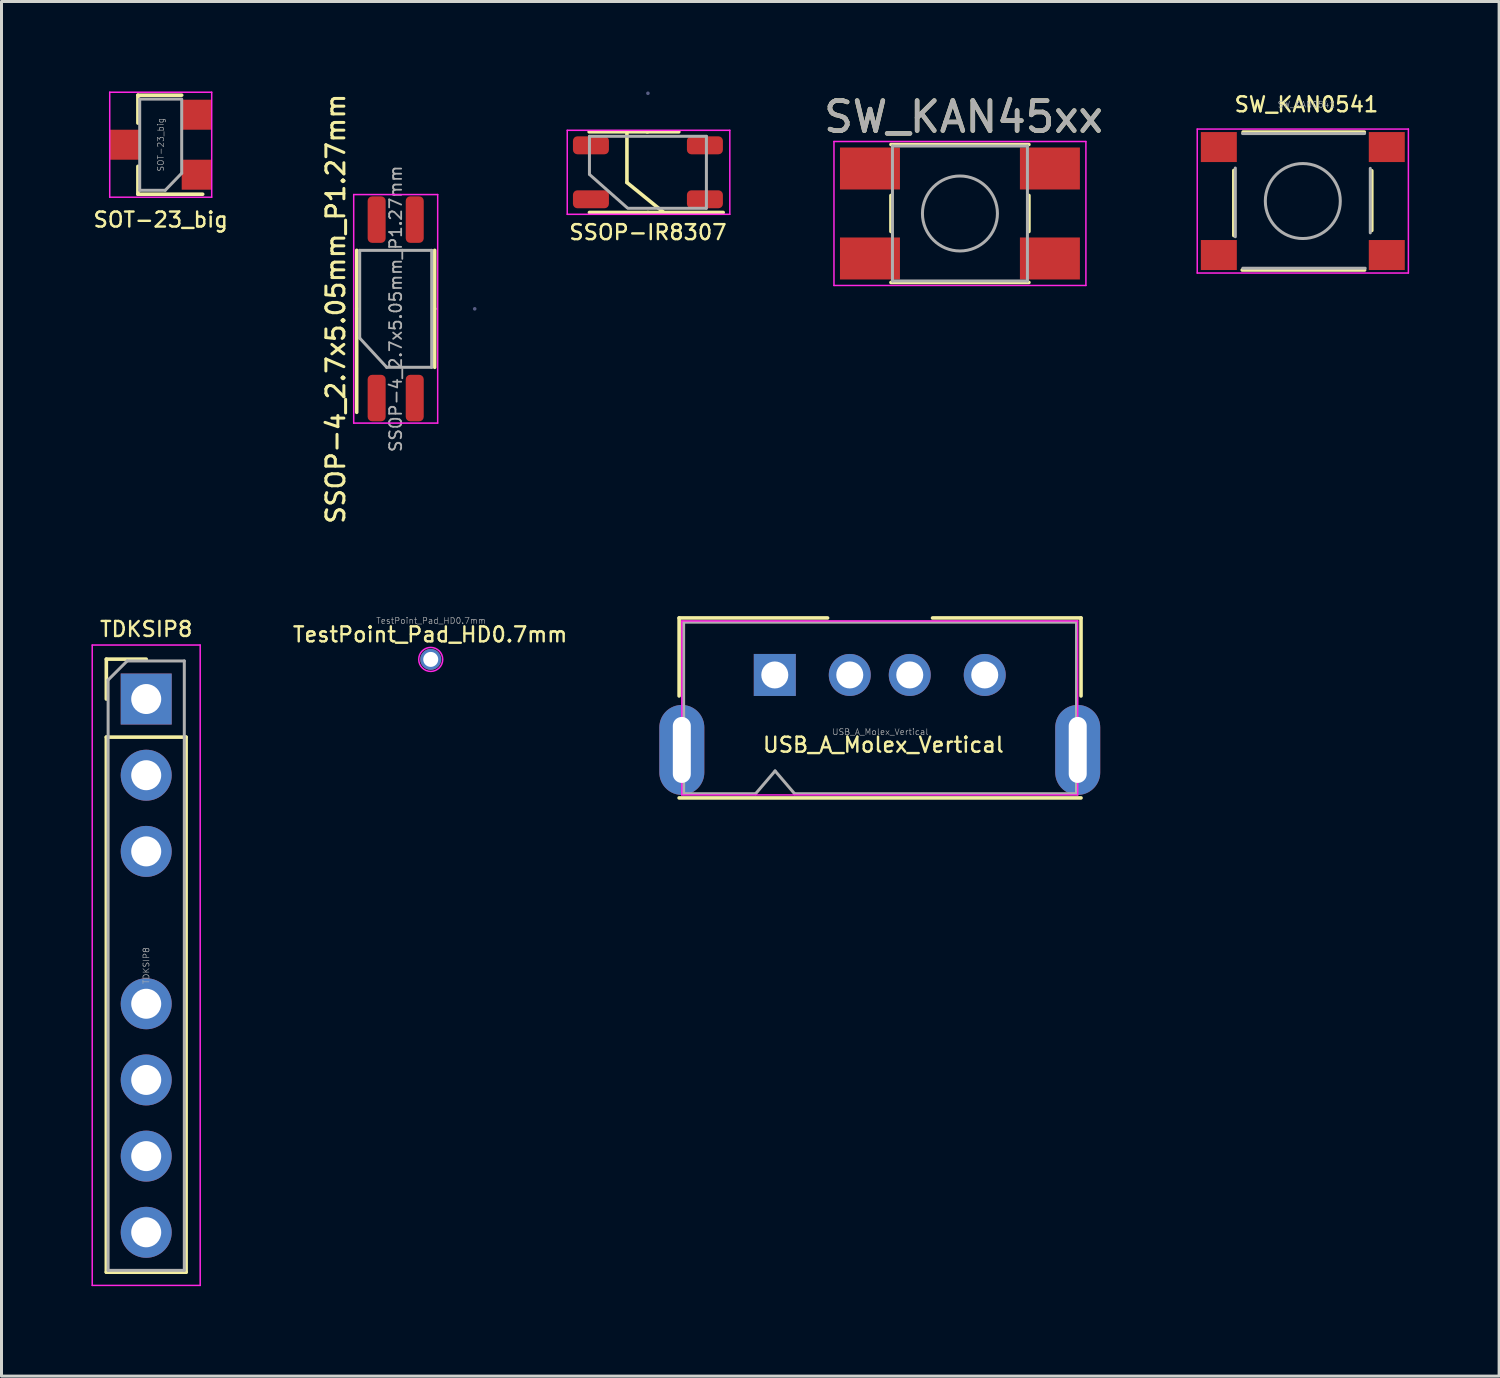
<source format=kicad_pcb>
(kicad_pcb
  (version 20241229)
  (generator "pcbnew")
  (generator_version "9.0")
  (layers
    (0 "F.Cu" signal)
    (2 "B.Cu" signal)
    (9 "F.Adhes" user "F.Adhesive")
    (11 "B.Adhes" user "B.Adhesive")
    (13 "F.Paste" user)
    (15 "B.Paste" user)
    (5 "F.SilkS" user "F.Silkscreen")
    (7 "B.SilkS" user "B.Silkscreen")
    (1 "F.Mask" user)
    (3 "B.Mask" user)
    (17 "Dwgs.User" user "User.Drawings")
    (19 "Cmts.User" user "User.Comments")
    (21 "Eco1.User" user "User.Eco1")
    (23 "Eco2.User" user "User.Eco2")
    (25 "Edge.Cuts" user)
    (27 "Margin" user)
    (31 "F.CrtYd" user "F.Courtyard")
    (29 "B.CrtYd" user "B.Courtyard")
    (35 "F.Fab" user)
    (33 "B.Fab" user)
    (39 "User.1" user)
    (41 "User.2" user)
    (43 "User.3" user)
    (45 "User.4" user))
  (footprint "TDKSIP8"
    (layer "F.Cu")
    (at 1.825 20.257)
    (property "Reference" "TDKSIP8" (at 0 -2.33 0) (layer "F.SilkS") (effects (font (size 0.5 0.5) (thickness 0.08))))
    (attr through_hole)
    (fp_line (start -1.33 -1.33) (end 0 -1.33) (stroke (width 0.12) (type solid)) (layer "F.SilkS"))
    (fp_line (start -1.33 0) (end -1.33 -1.33) (stroke (width 0.12) (type solid)) (layer "F.SilkS"))
    (fp_line (start -1.33 1.27) (end -1.33 19.11) (stroke (width 0.12) (type solid)) (layer "F.SilkS"))
    (fp_line (start -1.33 1.27) (end 1.33 1.27) (stroke (width 0.12) (type solid)) (layer "F.SilkS"))
    (fp_line (start -1.33 19.11) (end 1.33 19.11) (stroke (width 0.12) (type solid)) (layer "F.SilkS"))
    (fp_line (start 1.33 1.27) (end 1.33 19.11) (stroke (width 0.12) (type solid)) (layer "F.SilkS"))
    (fp_line (start -1.8 -1.8) (end -1.8 19.55) (stroke (width 0.05) (type solid)) (layer "F.CrtYd"))
    (fp_line (start -1.8 19.55) (end 1.8 19.55) (stroke (width 0.05) (type solid)) (layer "F.CrtYd"))
    (fp_line (start 1.8 -1.8) (end -1.8 -1.8) (stroke (width 0.05) (type solid)) (layer "F.CrtYd"))
    (fp_line (start 1.8 19.55) (end 1.8 -1.8) (stroke (width 0.05) (type solid)) (layer "F.CrtYd"))
    (fp_line (start -1.27 -0.635) (end -0.635 -1.27) (stroke (width 0.1) (type solid)) (layer "F.Fab"))
    (fp_line (start -1.27 19.05) (end -1.27 -0.635) (stroke (width 0.1) (type solid)) (layer "F.Fab"))
    (fp_line (start -0.635 -1.27) (end 1.27 -1.27) (stroke (width 0.1) (type solid)) (layer "F.Fab"))
    (fp_line (start 1.27 -1.27) (end 1.27 19.05) (stroke (width 0.1) (type solid)) (layer "F.Fab"))
    (fp_line (start 1.27 19.05) (end -1.27 19.05) (stroke (width 0.1) (type solid)) (layer "F.Fab"))
    (fp_text user "${REFERENCE}" (at 0 8.89 90) (layer "F.Fab") (effects (font (size 0.2 0.2) (thickness 0.02))))
    (pad "1" thru_hole rect (at 0 0) (size 1.7 1.7) (drill 1) (layers "*.Cu" "*.Mask"))
    (pad "2" thru_hole oval (at 0 2.54) (size 1.7 1.7) (drill 1) (layers "*.Cu" "*.Mask"))
    (pad "3" thru_hole oval (at 0 5.08) (size 1.7 1.7) (drill 1) (layers "*.Cu" "*.Mask"))
    (pad "4" thru_hole oval (at 0 10.16) (size 1.7 1.7) (drill 1) (layers "*.Cu" "*.Mask"))
    (pad "5" thru_hole oval (at 0 12.7) (size 1.7 1.7) (drill 1) (layers "*.Cu" "*.Mask"))
    (pad "6" thru_hole oval (at 0 15.24) (size 1.7 1.7) (drill 1) (layers "*.Cu" "*.Mask"))
    (pad "7" thru_hole oval (at 0 17.78) (size 1.7 1.7) (drill 1) (layers "*.Cu" "*.Mask")))
  (footprint "SSOP-4_2.7x5.05mm_P1.27mm"
    (layer "F.Cu")
    (at 10.143 7.247)
    (property "Reference" "SSOP-4_2.7x5.05mm_P1.27mm" (at -2 0 90) (layer "F.SilkS") (effects (font (size 0.6 0.6) (thickness 0.1))))
    (attr smd)
    (fp_line (start -1.3 0) (end -1.3 -1.95) (stroke (width 0.12) (type solid)) (layer "F.SilkS"))
    (fp_line (start -1.3 0) (end -1.3 3.45) (stroke (width 0.12) (type solid)) (layer "F.SilkS"))
    (fp_line (start 1.3 0) (end 1.3 -1.95) (stroke (width 0.12) (type solid)) (layer "F.SilkS"))
    (fp_line (start 1.3 0) (end 1.3 1.95) (stroke (width 0.12) (type solid)) (layer "F.SilkS"))
    (fp_line (start -1.4 -3.81) (end -1.4 3.81) (stroke (width 0.05) (type solid)) (layer "F.CrtYd"))
    (fp_line (start -1.4 3.81) (end 1.4 3.81) (stroke (width 0.05) (type solid)) (layer "F.CrtYd"))
    (fp_line (start 1.4 -3.81) (end -1.4 -3.81) (stroke (width 0.05) (type solid)) (layer "F.CrtYd"))
    (fp_line (start 1.4 3.81) (end 1.4 -3.81) (stroke (width 0.05) (type solid)) (layer "F.CrtYd"))
    (fp_line (start 2.635 0) (end 2.635 0) (stroke (width 0.12) (type solid)) (layer "B.Fab"))
    (fp_line (start -1.2 -1.95) (end 1.2 -1.95) (stroke (width 0.1) (type solid)) (layer "F.Fab"))
    (fp_line (start -1.2 0.975) (end -1.2 -1.95) (stroke (width 0.1) (type solid)) (layer "F.Fab"))
    (fp_line (start -0.3 1.95) (end -1.2 0.975) (stroke (width 0.1) (type solid)) (layer "F.Fab"))
    (fp_line (start 1.2 -1.95) (end 1.2 1.95) (stroke (width 0.1) (type solid)) (layer "F.Fab"))
    (fp_line (start 1.2 1.95) (end -0.3 1.95) (stroke (width 0.1) (type solid)) (layer "F.Fab"))
    (fp_text user "${REFERENCE}" (at 0 0 90) (layer "F.Fab") (effects (font (size 0.4 0.4) (thickness 0.06))))
    (pad "1" smd roundrect (at -0.635 2.975 90) (size 1.55 0.6) (layers "F.Cu" "F.Mask" "F.Paste") (roundrect_rratio 0.25))
    (pad "2" smd roundrect (at 0.635 2.975 90) (size 1.55 0.6) (layers "F.Cu" "F.Mask" "F.Paste") (roundrect_rratio 0.25))
    (pad "3" smd roundrect (at 0.635 -2.975 90) (size 1.55 0.6) (layers "F.Cu" "F.Mask" "F.Paste") (roundrect_rratio 0.25))
    (pad "4" smd roundrect (at -0.635 -2.975 90) (size 1.55 0.6) (layers "F.Cu" "F.Mask" "F.Paste") (roundrect_rratio 0.25)))
  (footprint "SW_KAN0541"
    (layer "F.Cu")
    (at 40.388 3.653)
    (property "Reference" "SW_KAN0541" (at 0.12 -3.22 0) (layer "F.SilkS") (effects (font (size 0.5 0.5) (thickness 0.08))))
    (attr smd)
    (fp_line (start -2.3 1.15) (end -2.3 -1.02) (stroke (width 0.12) (type solid)) (layer "F.SilkS"))
    (fp_line (start -2.02 2.3) (end 2.06 2.3) (stroke (width 0.12) (type solid)) (layer "F.SilkS"))
    (fp_line (start -1.99 -2.3) (end 2.05 -2.3) (stroke (width 0.12) (type solid)) (layer "F.SilkS"))
    (fp_line (start 2.3 -1.01) (end 2.3 0.98) (stroke (width 0.12) (type solid)) (layer "F.SilkS"))
    (fp_line (start -3.52 -2.4) (end 3.52 -2.4) (stroke (width 0.05) (type solid)) (layer "F.CrtYd"))
    (fp_line (start -3.52 2.4) (end -3.52 -2.4) (stroke (width 0.05) (type solid)) (layer "F.CrtYd"))
    (fp_line (start 3.52 -2.4) (end 3.52 2.4) (stroke (width 0.05) (type solid)) (layer "F.CrtYd"))
    (fp_line (start 3.52 2.4) (end -3.52 2.4) (stroke (width 0.05) (type solid)) (layer "F.CrtYd"))
    (fp_line (start -2.25 1.19) (end -2.25 -1.1) (stroke (width 0.1) (type solid)) (layer "F.Fab"))
    (fp_line (start -2.01 -2.25) (end 2.06 -2.25) (stroke (width 0.1) (type solid)) (layer "F.Fab"))
    (fp_line (start 2.08 2.24) (end -2 2.24) (stroke (width 0.1) (type solid)) (layer "F.Fab"))
    (fp_line (start 2.25 -1.09) (end 2.25 1.06) (stroke (width 0.1) (type solid)) (layer "F.Fab"))
    (fp_circle (center 0 0) (end 1.25 0) (stroke (width 0.1) (type solid)) (fill no) (layer "F.Fab"))
    (fp_text user "${REFERENCE}" (at 0.12 -3.22 0) (layer "F.Fab") (effects (font (size 0.2 0.2) (thickness 0.02))))
    (pad "1" smd rect (at -2.8 -1.8) (size 1.2 1) (layers "F.Cu" "F.Mask" "F.Paste"))
    (pad "2" smd rect (at -2.8 1.8) (size 1.2 1) (layers "F.Cu" "F.Mask" "F.Paste"))
    (pad "3" smd rect (at 2.8 -1.8) (size 1.2 1) (layers "F.Cu" "F.Mask" "F.Paste"))
    (pad "4" smd rect (at 2.8 1.8) (size 1.2 1) (layers "F.Cu" "F.Mask" "F.Paste")))
  (footprint "TestPoint_Pad_HD0.7mm"
    (layer "F.Cu")
    (at 11.311 18.936)
    (property "Reference" "TestPoint_Pad_HD0.7mm" (at -0.02 -0.83 0) (layer "F.SilkS") (effects (font (size 0.5 0.5) (thickness 0.08))))
    (attr exclude_from_pos_files exclude_from_bom)
    (fp_circle (center 0 0) (end 0.4 0) (stroke (width 0.05) (type solid)) (fill no) (layer "F.CrtYd"))
    (fp_text user "${REFERENCE}" (at 0.01 -1.29 0) (layer "F.Fab") (effects (font (size 0.2 0.2) (thickness 0.02))))
    (pad "1" thru_hole circle (at 0 0) (size 0.7 0.7) (drill 0.5) (layers "*.Cu" "*.Mask")))
  (footprint "SOT-23_big"
    (layer "F.Cu")
    (at 2.308 1.775)
    (property "Reference" "SOT-23_big" (at 0 2.5 180) (layer "F.SilkS") (effects (font (size 0.5 0.5) (thickness 0.08))))
    (attr smd)
    (fp_line (start -0.76 -1.651) (end -0.76 -0.721) (stroke (width 0.12) (type solid)) (layer "F.SilkS"))
    (fp_line (start -0.76 -1.651) (end 0.7 -1.651) (stroke (width 0.12) (type solid)) (layer "F.SilkS"))
    (fp_line (start -0.76 1.651) (end -0.76 0.721) (stroke (width 0.12) (type solid)) (layer "F.SilkS"))
    (fp_line (start -0.76 1.651) (end 1.4 1.651) (stroke (width 0.12) (type solid)) (layer "F.SilkS"))
    (fp_line (start -1.7 -1.75) (end 1.7 -1.75) (stroke (width 0.05) (type solid)) (layer "F.CrtYd"))
    (fp_line (start -1.7 1.75) (end -1.7 -1.75) (stroke (width 0.05) (type solid)) (layer "F.CrtYd"))
    (fp_line (start 1.7 -1.75) (end 1.7 1.75) (stroke (width 0.05) (type solid)) (layer "F.CrtYd"))
    (fp_line (start 1.7 1.75) (end -1.7 1.75) (stroke (width 0.05) (type solid)) (layer "F.CrtYd"))
    (fp_line (start -0.7 1.52) (end -0.7 -1.52) (stroke (width 0.1) (type solid)) (layer "F.Fab"))
    (fp_line (start 0.15 1.52) (end -0.7 1.52) (stroke (width 0.1) (type solid)) (layer "F.Fab"))
    (fp_line (start 0.7 -1.52) (end -0.7 -1.52) (stroke (width 0.1) (type solid)) (layer "F.Fab"))
    (fp_line (start 0.7 0.95) (end 0.15 1.52) (stroke (width 0.1) (type solid)) (layer "F.Fab"))
    (fp_line (start 0.7 0.95) (end 0.7 -1.5) (stroke (width 0.1) (type solid)) (layer "F.Fab"))
    (fp_text user "${REFERENCE}" (at 0 0 270) (layer "F.Fab") (effects (font (size 0.2 0.2) (thickness 0.02))))
    (pad "1" smd rect (at 1.2 1 180) (size 1 1) (layers "F.Cu" "F.Mask" "F.Paste"))
    (pad "2" smd rect (at 1.2 -1 180) (size 1 1) (layers "F.Cu" "F.Mask" "F.Paste"))
    (pad "3" smd rect (at -1.2 0 180) (size 1 1) (layers "F.Cu" "F.Mask" "F.Paste")))
  (footprint "SW_KAN45xx"
    (layer "F.Cu")
    (at 28.956 4.068)
    (property "Reference" "SW_KAN45xx" (at 0.12 -3.22 0) (layer "F.SilkS") (effects (font (size 1 1) (thickness 0.15))))
    (attr smd)
    (fp_line (start -2.3 -2.3) (end 2.3 -2.3) (stroke (width 0.12) (type solid)) (layer "F.SilkS"))
    (fp_line (start -2.3 0.6) (end -2.3 -0.6) (stroke (width 0.12) (type solid)) (layer "F.SilkS"))
    (fp_line (start -2.3 2.3) (end 2.3 2.3) (stroke (width 0.12) (type solid)) (layer "F.SilkS"))
    (fp_line (start 2.3 -0.6) (end 2.3 0.6) (stroke (width 0.12) (type solid)) (layer "F.SilkS"))
    (fp_line (start -4.2 -2.4) (end 4.2 -2.4) (stroke (width 0.05) (type solid)) (layer "F.CrtYd"))
    (fp_line (start -4.2 2.4) (end -4.2 -2.4) (stroke (width 0.05) (type solid)) (layer "F.CrtYd"))
    (fp_line (start 4.2 -2.4) (end 4.2 2.4) (stroke (width 0.05) (type solid)) (layer "F.CrtYd"))
    (fp_line (start 4.2 2.4) (end -4.2 2.4) (stroke (width 0.05) (type solid)) (layer "F.CrtYd"))
    (fp_line (start -2.25 -2.25) (end 2.25 -2.25) (stroke (width 0.1) (type solid)) (layer "F.Fab"))
    (fp_line (start -2.25 2.25) (end -2.25 -2.25) (stroke (width 0.1) (type solid)) (layer "F.Fab"))
    (fp_line (start 2.25 -2.25) (end 2.25 2.25) (stroke (width 0.1) (type solid)) (layer "F.Fab"))
    (fp_line (start 2.25 2.25) (end -2.25 2.25) (stroke (width 0.1) (type solid)) (layer "F.Fab"))
    (fp_circle (center 0 0) (end 1.25 0) (stroke (width 0.1) (type solid)) (fill no) (layer "F.Fab"))
    (fp_text user "${REFERENCE}" (at 0.12 -3.22 0) (layer "F.Fab") (effects (font (size 1 1) (thickness 0.15))))
    (pad "1" smd rect (at -3 -1.5) (size 2 1.4) (layers "F.Cu" "F.Mask" "F.Paste"))
    (pad "2" smd rect (at -3 1.5) (size 2 1.4) (layers "F.Cu" "F.Mask" "F.Paste"))
    (pad "3" smd rect (at 3 -1.5) (size 2 1.4) (layers "F.Cu" "F.Mask" "F.Paste"))
    (pad "4" smd rect (at 3 1.5) (size 2 1.4) (layers "F.Cu" "F.Mask" "F.Paste")))
  (footprint "SSOP-IR8307"
    (layer "F.Cu")
    (at 18.553 2.695)
    (property "Reference" "SSOP-IR8307" (at 0 2 180) (layer "F.SilkS") (effects (font (size 0.5 0.5) (thickness 0.08))))
    (attr smd)
    (fp_line (start -0.7 0.34) (end -0.7 -1.34) (stroke (width 0.12) (type solid)) (layer "F.SilkS"))
    (fp_line (start -0.03 -1.35) (end 1.03 -1.35) (stroke (width 0.12) (type solid)) (layer "F.SilkS"))
    (fp_line (start -0.01 -1.35) (end -1.96 -1.35) (stroke (width 0.12) (type solid)) (layer "F.SilkS"))
    (fp_line (start 0 1.34) (end -1.95 1.34) (stroke (width 0.12) (type solid)) (layer "F.SilkS"))
    (fp_line (start 0 1.34) (end 2.51 1.34) (stroke (width 0.12) (type solid)) (layer "F.SilkS"))
    (fp_line (start 0.53 1.34) (end -0.7 0.34) (stroke (width 0.12) (type solid)) (layer "F.SilkS"))
    (fp_line (start -2.69 -1.4) (end -2.69 1.4) (stroke (width 0.05) (type solid)) (layer "F.CrtYd"))
    (fp_line (start -2.69 1.4) (end 2.73 1.4) (stroke (width 0.05) (type solid)) (layer "F.CrtYd"))
    (fp_line (start 2.73 -1.4) (end -2.69 -1.4) (stroke (width 0.05) (type solid)) (layer "F.CrtYd"))
    (fp_line (start 2.73 1.4) (end 2.73 -1.4) (stroke (width 0.05) (type solid)) (layer "F.CrtYd"))
    (fp_line (start 0 -2.635) (end 0 -2.635) (stroke (width 0.12) (type solid)) (layer "B.Fab"))
    (fp_line (start -1.95 -1.2) (end 1.95 -1.2) (stroke (width 0.1) (type solid)) (layer "F.Fab"))
    (fp_line (start -1.95 0.06) (end -1.95 -1.2) (stroke (width 0.1) (type solid)) (layer "F.Fab"))
    (fp_line (start -1.95 0.07) (end -0.7 1.175) (stroke (width 0.1) (type solid)) (layer "F.Fab"))
    (fp_line (start 1.94 1.2) (end -0.67 1.2) (stroke (width 0.1) (type solid)) (layer "F.Fab"))
    (fp_line (start 1.95 -1.2) (end 1.95 1.2) (stroke (width 0.1) (type solid)) (layer "F.Fab"))
    (pad "1" smd roundrect (at 1.9 0.9 180) (size 1.2 0.6) (layers "F.Cu" "F.Mask" "F.Paste") (roundrect_rratio 0.25))
    (pad "2" smd roundrect (at -1.9 0.9 180) (size 1.2 0.6) (layers "F.Cu" "F.Mask" "F.Paste") (roundrect_rratio 0.25))
    (pad "3" smd roundrect (at 1.9 -0.9 180) (size 1.2 0.6) (layers "F.Cu" "F.Mask" "F.Paste") (roundrect_rratio 0.25))
    (pad "4" smd roundrect (at -1.9 -0.9 180) (size 1.2 0.6) (layers "F.Cu" "F.Mask" "F.Paste") (roundrect_rratio 0.25)))
  (footprint "USB_A_Molex_Vertical"
    (layer "F.Cu")
    (at 26.283 20.554)
    (property "Reference" "USB_A_Molex_Vertical" (at 0.12 1.23 0) (layer "F.SilkS") (effects (font (size 0.5 0.5) (thickness 0.08))))
    (attr through_hole)
    (fp_line (start -6.69 -3) (end -6.69 -0.4) (stroke (width 0.12) (type solid)) (layer "F.SilkS"))
    (fp_line (start -6.69 -3) (end -1.74 -3) (stroke (width 0.12) (type solid)) (layer "F.SilkS"))
    (fp_line (start 6.71 -3) (end 1.76 -3) (stroke (width 0.12) (type solid)) (layer "F.SilkS"))
    (fp_line (start 6.71 -3) (end 6.71 -0.4) (stroke (width 0.12) (type solid)) (layer "F.SilkS"))
    (fp_line (start 6.71 3) (end -6.69 3) (stroke (width 0.12) (type solid)) (layer "F.SilkS"))
    (fp_line (start -6.6 -2.9) (end 6.6 -2.9) (stroke (width 0.05) (type solid)) (layer "F.CrtYd"))
    (fp_line (start -6.6 2.9) (end -6.6 -2.9) (stroke (width 0.05) (type solid)) (layer "F.CrtYd"))
    (fp_line (start 6.6 -2.9) (end 6.6 2.9) (stroke (width 0.05) (type solid)) (layer "F.CrtYd"))
    (fp_line (start 6.6 2.9) (end -6.6 2.9) (stroke (width 0.05) (type solid)) (layer "F.CrtYd"))
    (fp_line (start -6.54 -2.86) (end 6.56 -2.86) (stroke (width 0.1) (type solid)) (layer "F.Fab"))
    (fp_line (start -6.54 2.86) (end -6.54 -2.86) (stroke (width 0.1) (type solid)) (layer "F.Fab"))
    (fp_line (start -4.14 2.86) (end -6.54 2.86) (stroke (width 0.1) (type solid)) (layer "F.Fab"))
    (fp_line (start -4.14 2.86) (end -3.49 2.1) (stroke (width 0.1) (type solid)) (layer "F.Fab"))
    (fp_line (start -3.49 2.1) (end -2.84 2.86) (stroke (width 0.1) (type solid)) (layer "F.Fab"))
    (fp_line (start 6.56 -2.86) (end 6.56 2.86) (stroke (width 0.1) (type solid)) (layer "F.Fab"))
    (fp_line (start 6.56 2.86) (end -2.84 2.86) (stroke (width 0.1) (type solid)) (layer "F.Fab"))
    (fp_text user "${REFERENCE}" (at 0.02 0.8 0) (layer "F.Fab") (effects (font (size 0.2 0.2) (thickness 0.02))))
    (pad "1" thru_hole rect (at -3.5 -1.1) (size 1.4 1.4) (drill 0.9) (layers "*.Cu" "*.Mask"))
    (pad "2" thru_hole circle (at -1 -1.1) (size 1.4 1.4) (drill 0.9) (layers "*.Cu" "*.Mask"))
    (pad "3" thru_hole circle (at 1 -1.1) (size 1.4 1.4) (drill 0.9) (layers "*.Cu" "*.Mask"))
    (pad "4" thru_hole circle (at 3.5 -1.1) (size 1.4 1.4) (drill 0.9) (layers "*.Cu" "*.Mask"))
    (pad "5" thru_hole oval (at -6.6 1.4) (size 1.5 3) (drill oval 0.6 2.2) (layers "*.Cu" "*.Mask"))
    (pad "6" thru_hole oval (at 6.6 1.4 180) (size 1.5 3) (drill oval 0.6 2.2) (layers "*.Cu" "*.Mask")))
  (gr_rect
    (start -3 -3)
    (end 46.933 42.832)
    (stroke (width 0.1) (type default))
    (fill no)
    (layer "Edge.Cuts")))
</source>
